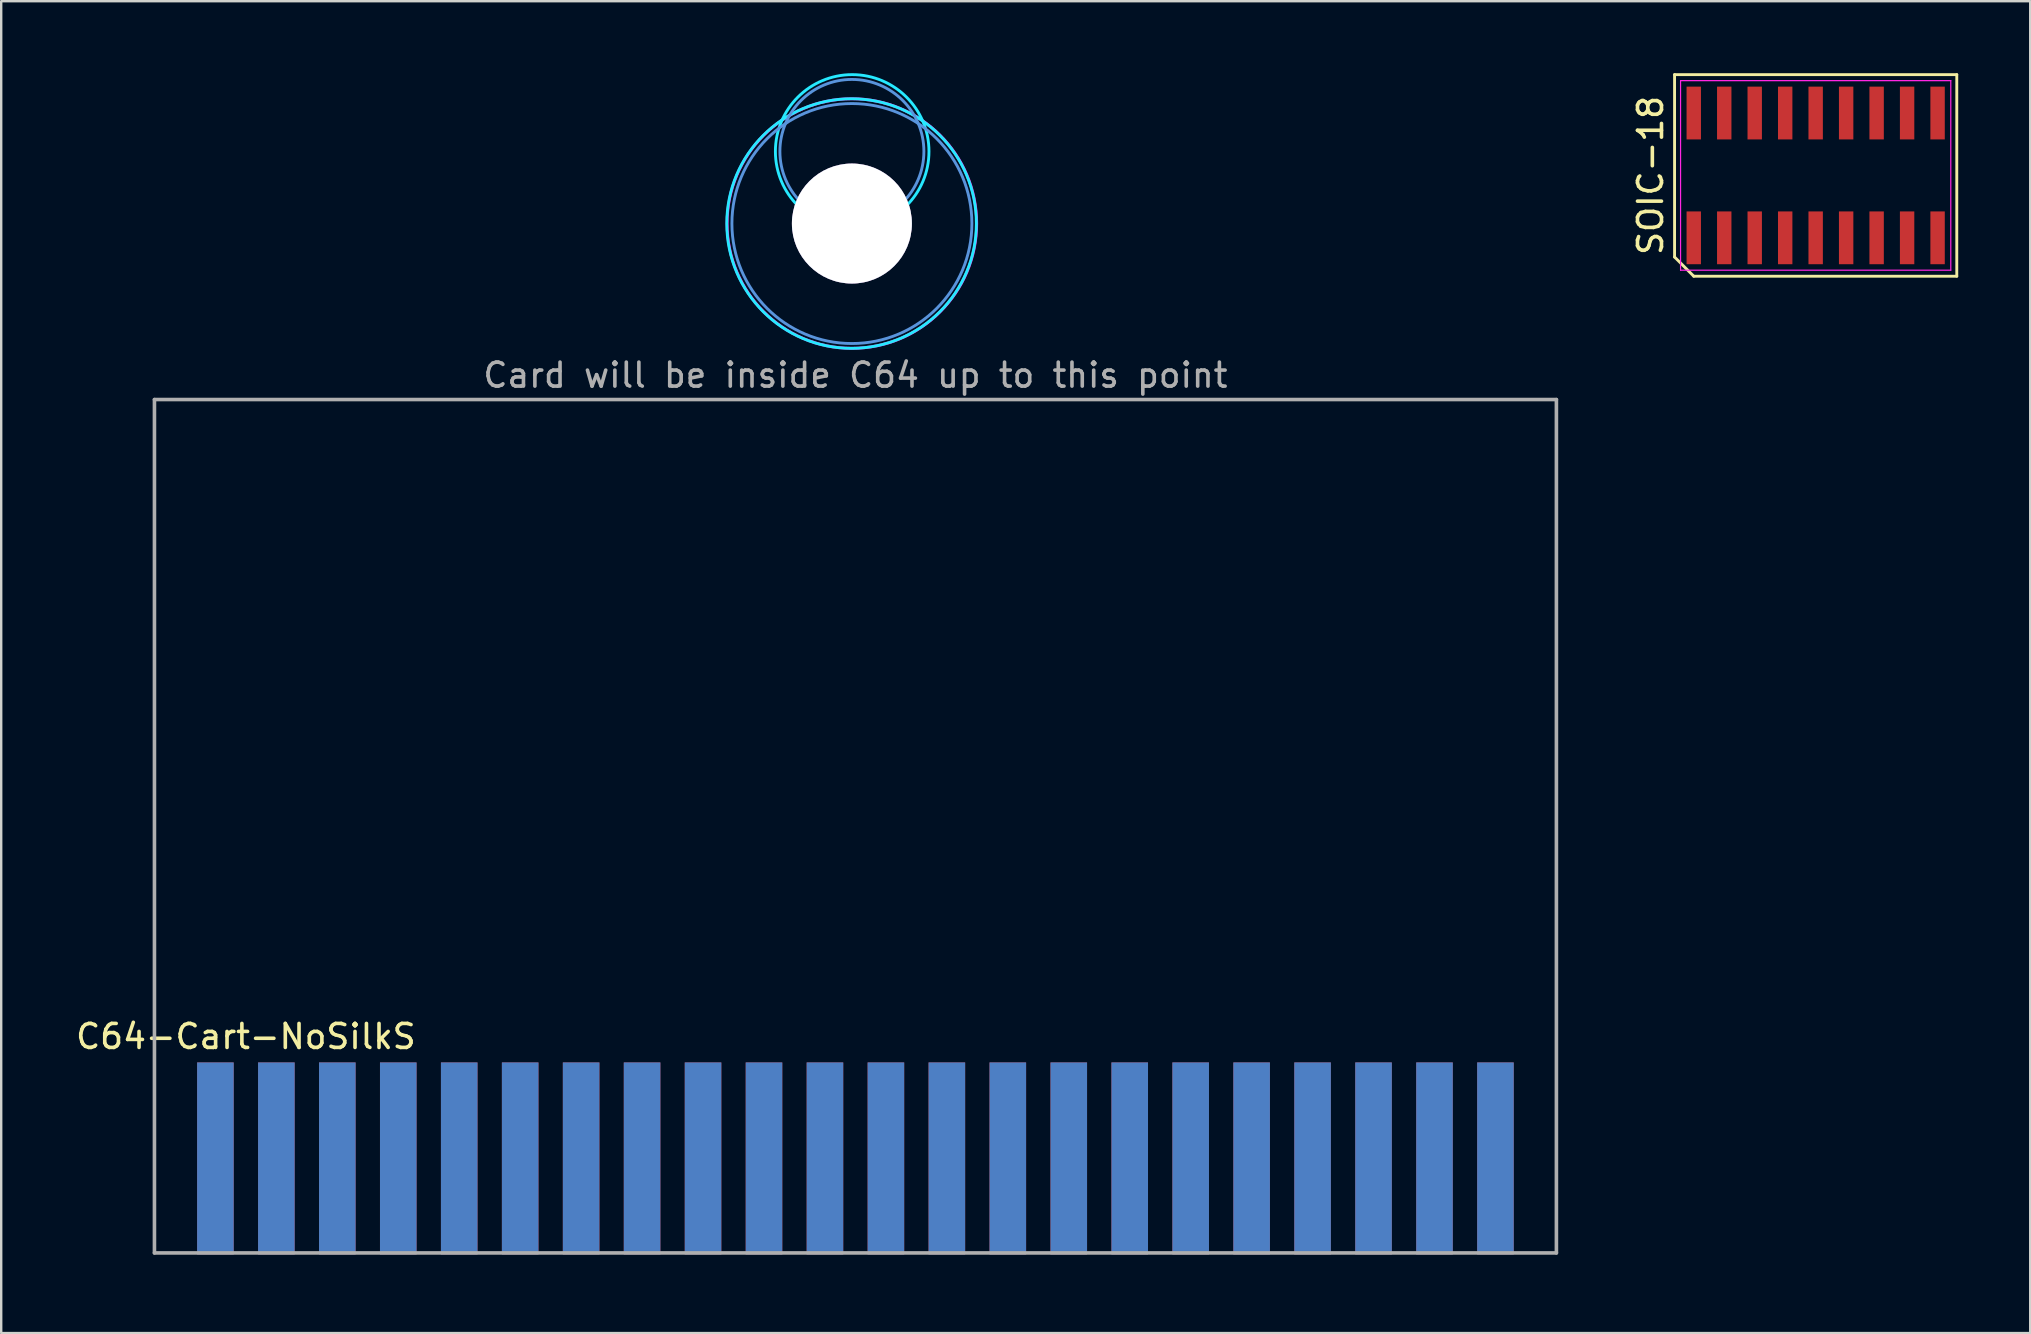
<source format=kicad_pcb>
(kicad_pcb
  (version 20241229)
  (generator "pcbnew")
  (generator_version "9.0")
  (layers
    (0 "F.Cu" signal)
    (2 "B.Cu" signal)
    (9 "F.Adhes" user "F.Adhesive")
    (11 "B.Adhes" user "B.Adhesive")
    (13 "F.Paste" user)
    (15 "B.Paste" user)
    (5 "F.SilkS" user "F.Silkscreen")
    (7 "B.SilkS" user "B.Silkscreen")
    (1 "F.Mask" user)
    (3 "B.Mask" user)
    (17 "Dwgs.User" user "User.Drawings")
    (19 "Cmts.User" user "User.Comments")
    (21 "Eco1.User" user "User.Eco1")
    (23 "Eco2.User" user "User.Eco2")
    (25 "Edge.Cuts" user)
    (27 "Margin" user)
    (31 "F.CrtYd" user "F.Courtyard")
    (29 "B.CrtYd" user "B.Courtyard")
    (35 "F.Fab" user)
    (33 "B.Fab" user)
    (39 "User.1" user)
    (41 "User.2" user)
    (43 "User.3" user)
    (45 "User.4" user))
  (footprint "C64-Cart-NoSilkS"
    (layer "F.Cu")
    (at 3.386 49.16)
    (property "Reference" "C64-Cart-NoSilkS" (at 3.81 -9.018 0) (layer "F.SilkS") (effects (font (size 1 1) (thickness 0.15))))
    (attr through_hole)
    (fp_circle (center 29.063 -45.9) (end 32.063 -45.9) (stroke (width 0.12) (type solid)) (fill no) (layer "Cmts.User"))
    (fp_circle (center 29.063 -42.895) (end 34.063 -42.895) (stroke (width 0.12) (type solid)) (fill no) (layer "Cmts.User"))
    (fp_circle (center 29.05 -42.895) (end 34.25 -42.895) (stroke (width 0.12) (type solid)) (fill no) (layer "B.CrtYd"))
    (fp_circle (center 29.075 -45.9) (end 32.275 -45.9) (stroke (width 0.12) (type solid)) (fill no) (layer "B.CrtYd"))
    (fp_circle (center 29.063 -42.895) (end 34.263 -42.895) (stroke (width 0.12) (type solid)) (fill no) (layer "F.CrtYd"))
    (fp_line (start 0 -35.56) (end 0 0) (stroke (width 0.15) (type solid)) (layer "F.Fab"))
    (fp_line (start 0 0) (end 58.42 0) (stroke (width 0.15) (type solid)) (layer "F.Fab"))
    (fp_line (start 58.42 -35.56) (end 0 -35.56) (stroke (width 0.15) (type solid)) (layer "F.Fab"))
    (fp_line (start 58.42 0) (end 58.42 -35.56) (stroke (width 0.15) (type solid)) (layer "F.Fab"))
    (fp_text user "Card will be inside C64 up to this point" (at 29.21 -36.576 0) (layer "F.Fab") (effects (font (size 1 1) (thickness 0.15))))
    (pad "" smd rect (at 29.21 -3.81 180) (size 58.42 8.3) (layers "F.Mask"))
    (pad "" smd rect (at 29.21 -3.81 180) (size 58.42 8.3) (layers "B.Mask"))
    (pad "1" smd rect (at 2.54 -3.938 180) (size 1.524 8) (layers "F.Cu" "F.Mask" "F.Paste"))
    (pad "2" smd rect (at 2.54 -3.938) (size 1.524 8) (layers "B.Cu" "B.Mask" "B.Paste"))
    (pad "3" smd rect (at 5.08 -3.938 180) (size 1.524 8) (layers "F.Cu" "F.Mask" "F.Paste"))
    (pad "4" smd rect (at 5.08 -3.938) (size 1.524 8) (layers "B.Cu" "B.Mask" "B.Paste"))
    (pad "5" smd rect (at 7.62 -3.938 180) (size 1.524 8) (layers "F.Cu" "F.Mask" "F.Paste"))
    (pad "6" smd rect (at 7.62 -3.938) (size 1.524 8) (layers "B.Cu" "B.Mask" "B.Paste"))
    (pad "7" smd rect (at 10.16 -3.938 180) (size 1.524 8) (layers "F.Cu" "F.Mask" "F.Paste"))
    (pad "8" smd rect (at 10.16 -3.938) (size 1.524 8) (layers "B.Cu" "B.Mask" "B.Paste"))
    (pad "9" smd rect (at 12.7 -3.938 180) (size 1.524 8) (layers "F.Cu" "F.Mask" "F.Paste"))
    (pad "10" smd rect (at 12.7 -3.938) (size 1.524 8) (layers "B.Cu" "B.Mask" "B.Paste"))
    (pad "11" smd rect (at 15.24 -3.938 180) (size 1.524 8) (layers "F.Cu" "F.Mask" "F.Paste"))
    (pad "12" smd rect (at 15.24 -3.938) (size 1.524 8) (layers "B.Cu" "B.Mask" "B.Paste"))
    (pad "13" smd rect (at 17.78 -3.938 180) (size 1.524 8) (layers "F.Cu" "F.Mask" "F.Paste"))
    (pad "14" smd rect (at 17.78 -3.938) (size 1.524 8) (layers "B.Cu" "B.Mask" "B.Paste"))
    (pad "15" smd rect (at 20.32 -3.938 180) (size 1.524 8) (layers "F.Cu" "F.Mask" "F.Paste"))
    (pad "16" smd rect (at 20.32 -3.938) (size 1.524 8) (layers "B.Cu" "B.Mask" "B.Paste"))
    (pad "17" smd rect (at 22.86 -3.938 180) (size 1.524 8) (layers "F.Cu" "F.Mask" "F.Paste"))
    (pad "18" smd rect (at 22.86 -3.938) (size 1.524 8) (layers "B.Cu" "B.Mask" "B.Paste"))
    (pad "19" smd rect (at 25.4 -3.938 180) (size 1.524 8) (layers "F.Cu" "F.Mask" "F.Paste"))
    (pad "20" smd rect (at 25.4 -3.938) (size 1.524 8) (layers "B.Cu" "B.Mask" "B.Paste"))
    (pad "21" smd rect (at 27.94 -3.938 180) (size 1.524 8) (layers "F.Cu" "F.Mask" "F.Paste"))
    (pad "22" smd rect (at 27.94 -3.938) (size 1.524 8) (layers "B.Cu" "B.Mask" "B.Paste"))
    (pad "23" smd rect (at 30.48 -3.938 180) (size 1.524 8) (layers "F.Cu" "F.Mask" "F.Paste"))
    (pad "24" smd rect (at 30.48 -3.938) (size 1.524 8) (layers "B.Cu" "B.Mask" "B.Paste"))
    (pad "25" smd rect (at 33.02 -3.938 180) (size 1.524 8) (layers "F.Cu" "F.Mask" "F.Paste"))
    (pad "26" smd rect (at 33.02 -3.938) (size 1.524 8) (layers "B.Cu" "B.Mask" "B.Paste"))
    (pad "27" smd rect (at 35.56 -3.938 180) (size 1.524 8) (layers "F.Cu" "F.Mask" "F.Paste"))
    (pad "28" smd rect (at 35.56 -3.938) (size 1.524 8) (layers "B.Cu" "B.Mask" "B.Paste"))
    (pad "29" smd rect (at 38.1 -3.938 180) (size 1.524 8) (layers "F.Cu" "F.Mask" "F.Paste"))
    (pad "30" smd rect (at 38.1 -3.938) (size 1.524 8) (layers "B.Cu" "B.Mask" "B.Paste"))
    (pad "31" smd rect (at 40.64 -3.938 180) (size 1.524 8) (layers "F.Cu" "F.Mask" "F.Paste"))
    (pad "32" smd rect (at 40.64 -3.938) (size 1.524 8) (layers "B.Cu" "B.Mask" "B.Paste"))
    (pad "33" smd rect (at 43.18 -3.938 180) (size 1.524 8) (layers "F.Cu" "F.Mask" "F.Paste"))
    (pad "34" smd rect (at 43.18 -3.938) (size 1.524 8) (layers "B.Cu" "B.Mask" "B.Paste"))
    (pad "35" smd rect (at 45.72 -3.938 180) (size 1.524 8) (layers "F.Cu" "F.Mask" "F.Paste"))
    (pad "36" smd rect (at 45.72 -3.938) (size 1.524 8) (layers "B.Cu" "B.Mask" "B.Paste"))
    (pad "37" smd rect (at 48.26 -3.938 180) (size 1.524 8) (layers "F.Cu" "F.Mask" "F.Paste"))
    (pad "38" smd rect (at 48.26 -3.938) (size 1.524 8) (layers "B.Cu" "B.Mask" "B.Paste"))
    (pad "39" smd rect (at 50.8 -3.938 180) (size 1.524 8) (layers "F.Cu" "F.Mask" "F.Paste"))
    (pad "40" smd rect (at 50.8 -3.938) (size 1.524 8) (layers "B.Cu" "B.Mask" "B.Paste"))
    (pad "41" smd rect (at 53.34 -3.938 180) (size 1.524 8) (layers "F.Cu" "F.Mask" "F.Paste"))
    (pad "42" smd rect (at 53.34 -3.938) (size 1.524 8) (layers "B.Cu" "B.Mask" "B.Paste"))
    (pad "43" smd rect (at 55.88 -3.938 180) (size 1.524 8) (layers "F.Cu" "F.Mask" "F.Paste"))
    (pad "44" smd rect (at 55.88 -3.938) (size 1.524 8) (layers "B.Cu" "B.Mask" "B.Paste"))
    (pad "X" thru_hole circle (at 29.063 -42.895) (size 5 5) (drill 5) (layers "*.Cu" "*.Mask")))
  (footprint "SOIC-18"
    (layer "F.Cu")
    (at 72.61 4.26)
    (property "Reference" "SOIC-18" (at -6.88 0 90) (layer "F.SilkS") (effects (font (size 1 1) (thickness 0.15))))
    (attr through_hole)
    (fp_line (start -5.88 -4.2) (end 5.88 -4.2) (stroke (width 0.12) (type solid)) (layer "F.SilkS"))
    (fp_line (start -5.88 3.4) (end -5.88 -4.2) (stroke (width 0.12) (type solid)) (layer "F.SilkS"))
    (fp_line (start -5.08 4.2) (end -5.88 3.4) (stroke (width 0.12) (type solid)) (layer "F.SilkS"))
    (fp_line (start 5.88 -4.2) (end 5.88 4.2) (stroke (width 0.12) (type solid)) (layer "F.SilkS"))
    (fp_line (start 5.88 4.2) (end -5.08 4.2) (stroke (width 0.12) (type solid)) (layer "F.SilkS"))
    (fp_line (start -5.63 -3.95) (end 5.63 -3.95) (stroke (width 0.05) (type solid)) (layer "F.CrtYd"))
    (fp_line (start -5.63 3.95) (end -5.63 -3.95) (stroke (width 0.05) (type solid)) (layer "F.CrtYd"))
    (fp_line (start 5.63 -3.95) (end 5.63 3.95) (stroke (width 0.05) (type solid)) (layer "F.CrtYd"))
    (fp_line (start 5.63 3.95) (end -5.63 3.95) (stroke (width 0.05) (type solid)) (layer "F.CrtYd"))
    (pad "1" smd rect (at -5.08 2.6) (size 0.6 2.2) (layers "F.Cu" "F.Mask" "F.Paste"))
    (pad "2" smd rect (at -3.81 2.6) (size 0.6 2.2) (layers "F.Cu" "F.Mask" "F.Paste"))
    (pad "3" smd rect (at -2.54 2.6) (size 0.6 2.2) (layers "F.Cu" "F.Mask" "F.Paste"))
    (pad "4" smd rect (at -1.27 2.6) (size 0.6 2.2) (layers "F.Cu" "F.Mask" "F.Paste"))
    (pad "5" smd rect (at 0 2.6) (size 0.6 2.2) (layers "F.Cu" "F.Mask" "F.Paste"))
    (pad "6" smd rect (at 1.27 2.6) (size 0.6 2.2) (layers "F.Cu" "F.Mask" "F.Paste"))
    (pad "7" smd rect (at 2.54 2.6) (size 0.6 2.2) (layers "F.Cu" "F.Mask" "F.Paste"))
    (pad "8" smd rect (at 3.81 2.6) (size 0.6 2.2) (layers "F.Cu" "F.Mask" "F.Paste"))
    (pad "9" smd rect (at 5.08 2.6) (size 0.6 2.2) (layers "F.Cu" "F.Mask" "F.Paste"))
    (pad "10" smd rect (at 5.08 -2.6) (size 0.6 2.2) (layers "F.Cu" "F.Mask" "F.Paste"))
    (pad "11" smd rect (at 3.81 -2.6) (size 0.6 2.2) (layers "F.Cu" "F.Mask" "F.Paste"))
    (pad "12" smd rect (at 2.54 -2.6) (size 0.6 2.2) (layers "F.Cu" "F.Mask" "F.Paste"))
    (pad "13" smd rect (at 1.27 -2.6) (size 0.6 2.2) (layers "F.Cu" "F.Mask" "F.Paste"))
    (pad "14" smd rect (at 0 -2.6) (size 0.6 2.2) (layers "F.Cu" "F.Mask" "F.Paste"))
    (pad "15" smd rect (at -1.27 -2.6) (size 0.6 2.2) (layers "F.Cu" "F.Mask" "F.Paste"))
    (pad "16" smd rect (at -2.54 -2.6) (size 0.6 2.2) (layers "F.Cu" "F.Mask" "F.Paste"))
    (pad "17" smd rect (at -3.81 -2.6) (size 0.6 2.2) (layers "F.Cu" "F.Mask" "F.Paste"))
    (pad "18" smd rect (at -5.08 -2.6) (size 0.6 2.2) (layers "F.Cu" "F.Mask" "F.Paste")))
  (gr_rect
    (start -3 -3)
    (end 81.55 52.5)
    (stroke (width 0.1) (type default))
    (fill no)
    (layer "Edge.Cuts")))
</source>
